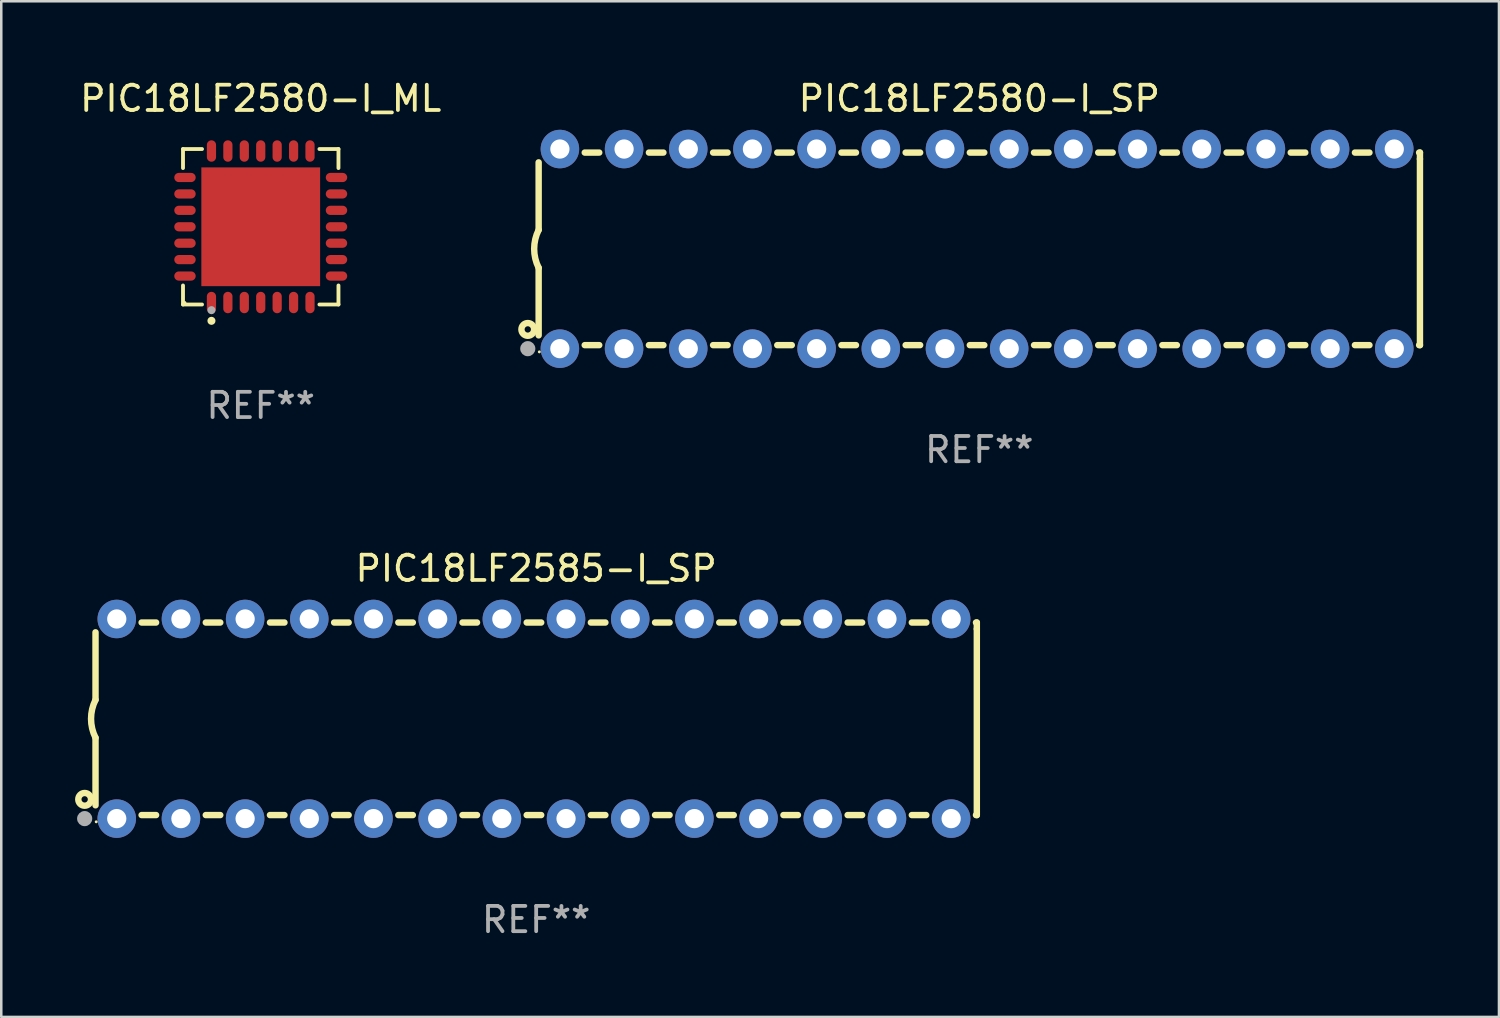
<source format=kicad_pcb>
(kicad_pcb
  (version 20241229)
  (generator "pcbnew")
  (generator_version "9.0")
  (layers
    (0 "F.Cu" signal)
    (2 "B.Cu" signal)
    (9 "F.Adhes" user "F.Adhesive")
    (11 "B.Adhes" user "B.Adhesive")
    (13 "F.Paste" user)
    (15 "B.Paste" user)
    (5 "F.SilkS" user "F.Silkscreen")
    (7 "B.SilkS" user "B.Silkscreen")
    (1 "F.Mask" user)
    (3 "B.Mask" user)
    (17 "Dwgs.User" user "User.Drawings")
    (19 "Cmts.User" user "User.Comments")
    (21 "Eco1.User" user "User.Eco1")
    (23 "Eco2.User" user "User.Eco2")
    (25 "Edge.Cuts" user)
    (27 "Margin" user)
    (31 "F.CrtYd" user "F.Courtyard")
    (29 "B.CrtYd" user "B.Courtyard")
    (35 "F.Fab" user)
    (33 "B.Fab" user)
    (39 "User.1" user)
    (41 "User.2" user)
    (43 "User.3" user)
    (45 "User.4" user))
  (footprint "PIC18LF2580-I_SP"
    (layer "F.Cu")
    (at 35.704 6.798)
    (property "Reference" "PIC18LF2580-I_SP" (at 0 -5.95 0) (layer "F.SilkS") (effects (font (size 1 1) (thickness 0.15))))
    (attr through_hole)
    (fp_line (start -17.438 0.75) (end -17.438 3.423) (stroke (width 0.254) (type solid)) (layer "F.SilkS"))
    (fp_line (start -17.438 -3.423) (end -17.438 -0.75) (stroke (width 0.254) (type solid)) (layer "F.SilkS"))
    (fp_line (start -15.615 3.81) (end -15.041 3.81) (stroke (width 0.254) (type solid)) (layer "F.SilkS"))
    (fp_line (start -15.041 -3.81) (end -15.614 -3.81) (stroke (width 0.254) (type solid)) (layer "F.SilkS"))
    (fp_line (start -13.075 3.81) (end -12.501 3.81) (stroke (width 0.254) (type solid)) (layer "F.SilkS"))
    (fp_line (start -12.501 -3.81) (end -13.074 -3.81) (stroke (width 0.254) (type solid)) (layer "F.SilkS"))
    (fp_line (start -10.535 3.81) (end -9.961 3.81) (stroke (width 0.254) (type solid)) (layer "F.SilkS"))
    (fp_line (start -9.961 -3.81) (end -10.534 -3.81) (stroke (width 0.254) (type solid)) (layer "F.SilkS"))
    (fp_line (start -7.995 3.81) (end -7.421 3.81) (stroke (width 0.254) (type solid)) (layer "F.SilkS"))
    (fp_line (start -7.421 -3.81) (end -7.995 -3.81) (stroke (width 0.254) (type solid)) (layer "F.SilkS"))
    (fp_line (start -5.455 3.81) (end -4.881 3.81) (stroke (width 0.254) (type solid)) (layer "F.SilkS"))
    (fp_line (start -4.881 -3.81) (end -5.455 -3.81) (stroke (width 0.254) (type solid)) (layer "F.SilkS"))
    (fp_line (start -2.915 3.81) (end -2.341 3.81) (stroke (width 0.254) (type solid)) (layer "F.SilkS"))
    (fp_line (start -2.341 -3.81) (end -2.915 -3.81) (stroke (width 0.254) (type solid)) (layer "F.SilkS"))
    (fp_line (start -0.375 3.81) (end 0.199 3.81) (stroke (width 0.254) (type solid)) (layer "F.SilkS"))
    (fp_line (start 0.199 -3.81) (end -0.375 -3.81) (stroke (width 0.254) (type solid)) (layer "F.SilkS"))
    (fp_line (start 2.165 3.81) (end 2.739 3.81) (stroke (width 0.254) (type solid)) (layer "F.SilkS"))
    (fp_line (start 2.739 -3.81) (end 2.165 -3.81) (stroke (width 0.254) (type solid)) (layer "F.SilkS"))
    (fp_line (start 4.705 3.81) (end 5.279 3.81) (stroke (width 0.254) (type solid)) (layer "F.SilkS"))
    (fp_line (start 5.279 -3.81) (end 4.705 -3.81) (stroke (width 0.254) (type solid)) (layer "F.SilkS"))
    (fp_line (start 7.245 3.81) (end 7.819 3.81) (stroke (width 0.254) (type solid)) (layer "F.SilkS"))
    (fp_line (start 7.819 -3.81) (end 7.245 -3.81) (stroke (width 0.254) (type solid)) (layer "F.SilkS"))
    (fp_line (start 9.785 3.81) (end 10.359 3.81) (stroke (width 0.254) (type solid)) (layer "F.SilkS"))
    (fp_line (start 10.359 -3.81) (end 9.785 -3.81) (stroke (width 0.254) (type solid)) (layer "F.SilkS"))
    (fp_line (start 12.325 3.81) (end 12.899 3.81) (stroke (width 0.254) (type solid)) (layer "F.SilkS"))
    (fp_line (start 12.899 -3.81) (end 12.325 -3.81) (stroke (width 0.254) (type solid)) (layer "F.SilkS"))
    (fp_line (start 14.865 3.81) (end 15.439 3.81) (stroke (width 0.254) (type solid)) (layer "F.SilkS"))
    (fp_line (start 15.439 -3.81) (end 14.865 -3.81) (stroke (width 0.254) (type solid)) (layer "F.SilkS"))
    (fp_line (start 17.405 3.81) (end 17.438 3.81) (stroke (width 0.254) (type solid)) (layer "F.SilkS"))
    (fp_line (start 17.438 -3.81) (end 17.405 -3.81) (stroke (width 0.254) (type solid)) (layer "F.SilkS"))
    (fp_line (start 17.438 -3.556) (end 17.438 -3.81) (stroke (width 0.254) (type solid)) (layer "F.SilkS"))
    (fp_line (start 17.438 3.81) (end 17.438 -3.556) (stroke (width 0.254) (type solid)) (layer "F.SilkS"))
    (fp_arc (start -17.437986 0.749657) (mid -17.614887 -0.000024) (end -17.437783 -0.749657) (stroke (width 0.254001) (type solid)) (layer "F.SilkS"))
    (fp_circle (center -17.868 3.188) (end -17.743 3.188) (stroke (width 0.254) (type solid)) (fill no) (layer "F.SilkS"))
    (fp_circle (center -17.411 4.077) (end -17.381 4.077) (stroke (width 0.06) (type solid)) (fill no) (layer "F.SilkS"))
    (fp_circle (center -17.868 3.95) (end -17.718 3.95) (stroke (width 0.3) (type solid)) (fill no) (layer "F.Fab"))
    (fp_text user "REF**" (at 0 7.95 0) (layer "F.Fab") (effects (font (size 1 1) (thickness 0.15))))
    (pad "1" thru_hole circle (at -16.598 3.95) (size 1.524 1.524) (drill 0.762) (layers "*.Cu" "*.Mask"))
    (pad "2" thru_hole circle (at -14.058 3.95) (size 1.524 1.524) (drill 0.762) (layers "*.Cu" "*.Mask"))
    (pad "3" thru_hole circle (at -11.518 3.95) (size 1.524 1.524) (drill 0.762) (layers "*.Cu" "*.Mask"))
    (pad "4" thru_hole circle (at -8.978 3.95) (size 1.524 1.524) (drill 0.762) (layers "*.Cu" "*.Mask"))
    (pad "5" thru_hole circle (at -6.438 3.95) (size 1.524 1.524) (drill 0.762) (layers "*.Cu" "*.Mask"))
    (pad "6" thru_hole circle (at -3.898 3.95) (size 1.524 1.524) (drill 0.762) (layers "*.Cu" "*.Mask"))
    (pad "7" thru_hole circle (at -1.358 3.95) (size 1.524 1.524) (drill 0.762) (layers "*.Cu" "*.Mask"))
    (pad "8" thru_hole circle (at 1.182 3.95) (size 1.524 1.524) (drill 0.762) (layers "*.Cu" "*.Mask"))
    (pad "9" thru_hole circle (at 3.722 3.95) (size 1.524 1.524) (drill 0.762) (layers "*.Cu" "*.Mask"))
    (pad "10" thru_hole circle (at 6.262 3.95) (size 1.524 1.524) (drill 0.762) (layers "*.Cu" "*.Mask"))
    (pad "11" thru_hole circle (at 8.802 3.95) (size 1.524 1.524) (drill 0.762) (layers "*.Cu" "*.Mask"))
    (pad "12" thru_hole circle (at 11.342 3.95) (size 1.524 1.524) (drill 0.762) (layers "*.Cu" "*.Mask"))
    (pad "13" thru_hole circle (at 13.882 3.95) (size 1.524 1.524) (drill 0.762) (layers "*.Cu" "*.Mask"))
    (pad "14" thru_hole circle (at 16.422 3.95) (size 1.524 1.524) (drill 0.762) (layers "*.Cu" "*.Mask"))
    (pad "15" thru_hole circle (at 16.422 -3.95) (size 1.524 1.524) (drill 0.762) (layers "*.Cu" "*.Mask"))
    (pad "16" thru_hole circle (at 13.882 -3.95) (size 1.524 1.524) (drill 0.762) (layers "*.Cu" "*.Mask"))
    (pad "17" thru_hole circle (at 11.342 -3.95) (size 1.524 1.524) (drill 0.762) (layers "*.Cu" "*.Mask"))
    (pad "18" thru_hole circle (at 8.802 -3.95) (size 1.524 1.524) (drill 0.762) (layers "*.Cu" "*.Mask"))
    (pad "19" thru_hole circle (at 6.262 -3.95) (size 1.524 1.524) (drill 0.762) (layers "*.Cu" "*.Mask"))
    (pad "20" thru_hole circle (at 3.722 -3.95) (size 1.524 1.524) (drill 0.762) (layers "*.Cu" "*.Mask"))
    (pad "21" thru_hole circle (at 1.182 -3.95) (size 1.524 1.524) (drill 0.762) (layers "*.Cu" "*.Mask"))
    (pad "22" thru_hole circle (at -1.358 -3.95) (size 1.524 1.524) (drill 0.762) (layers "*.Cu" "*.Mask"))
    (pad "23" thru_hole circle (at -3.898 -3.95) (size 1.524 1.524) (drill 0.762) (layers "*.Cu" "*.Mask"))
    (pad "24" thru_hole circle (at -6.438 -3.95) (size 1.524 1.524) (drill 0.762) (layers "*.Cu" "*.Mask"))
    (pad "25" thru_hole circle (at -8.978 -3.95) (size 1.524 1.524) (drill 0.762) (layers "*.Cu" "*.Mask"))
    (pad "26" thru_hole circle (at -11.517 -3.95) (size 1.524 1.524) (drill 0.762) (layers "*.Cu" "*.Mask"))
    (pad "27" thru_hole circle (at -14.057 -3.95) (size 1.524 1.524) (drill 0.762) (layers "*.Cu" "*.Mask"))
    (pad "28" thru_hole circle (at -16.597 -3.95) (size 1.524 1.524) (drill 0.762) (layers "*.Cu" "*.Mask")))
  (footprint "PIC18LF2585-I_SP"
    (layer "F.Cu")
    (at 18.168 25.395)
    (property "Reference" "PIC18LF2585-I_SP" (at 0 -5.95 0) (layer "F.SilkS") (effects (font (size 1 1) (thickness 0.15))))
    (attr through_hole)
    (fp_line (start -17.438 0.75) (end -17.438 3.423) (stroke (width 0.254) (type solid)) (layer "F.SilkS"))
    (fp_line (start -17.438 -3.423) (end -17.438 -0.75) (stroke (width 0.254) (type solid)) (layer "F.SilkS"))
    (fp_line (start -15.615 3.81) (end -15.041 3.81) (stroke (width 0.254) (type solid)) (layer "F.SilkS"))
    (fp_line (start -15.041 -3.81) (end -15.614 -3.81) (stroke (width 0.254) (type solid)) (layer "F.SilkS"))
    (fp_line (start -13.075 3.81) (end -12.501 3.81) (stroke (width 0.254) (type solid)) (layer "F.SilkS"))
    (fp_line (start -12.501 -3.81) (end -13.074 -3.81) (stroke (width 0.254) (type solid)) (layer "F.SilkS"))
    (fp_line (start -10.535 3.81) (end -9.961 3.81) (stroke (width 0.254) (type solid)) (layer "F.SilkS"))
    (fp_line (start -9.961 -3.81) (end -10.534 -3.81) (stroke (width 0.254) (type solid)) (layer "F.SilkS"))
    (fp_line (start -7.995 3.81) (end -7.421 3.81) (stroke (width 0.254) (type solid)) (layer "F.SilkS"))
    (fp_line (start -7.421 -3.81) (end -7.995 -3.81) (stroke (width 0.254) (type solid)) (layer "F.SilkS"))
    (fp_line (start -5.455 3.81) (end -4.881 3.81) (stroke (width 0.254) (type solid)) (layer "F.SilkS"))
    (fp_line (start -4.881 -3.81) (end -5.455 -3.81) (stroke (width 0.254) (type solid)) (layer "F.SilkS"))
    (fp_line (start -2.915 3.81) (end -2.341 3.81) (stroke (width 0.254) (type solid)) (layer "F.SilkS"))
    (fp_line (start -2.341 -3.81) (end -2.915 -3.81) (stroke (width 0.254) (type solid)) (layer "F.SilkS"))
    (fp_line (start -0.375 3.81) (end 0.199 3.81) (stroke (width 0.254) (type solid)) (layer "F.SilkS"))
    (fp_line (start 0.199 -3.81) (end -0.375 -3.81) (stroke (width 0.254) (type solid)) (layer "F.SilkS"))
    (fp_line (start 2.165 3.81) (end 2.739 3.81) (stroke (width 0.254) (type solid)) (layer "F.SilkS"))
    (fp_line (start 2.739 -3.81) (end 2.165 -3.81) (stroke (width 0.254) (type solid)) (layer "F.SilkS"))
    (fp_line (start 4.705 3.81) (end 5.279 3.81) (stroke (width 0.254) (type solid)) (layer "F.SilkS"))
    (fp_line (start 5.279 -3.81) (end 4.705 -3.81) (stroke (width 0.254) (type solid)) (layer "F.SilkS"))
    (fp_line (start 7.245 3.81) (end 7.819 3.81) (stroke (width 0.254) (type solid)) (layer "F.SilkS"))
    (fp_line (start 7.819 -3.81) (end 7.245 -3.81) (stroke (width 0.254) (type solid)) (layer "F.SilkS"))
    (fp_line (start 9.785 3.81) (end 10.359 3.81) (stroke (width 0.254) (type solid)) (layer "F.SilkS"))
    (fp_line (start 10.359 -3.81) (end 9.785 -3.81) (stroke (width 0.254) (type solid)) (layer "F.SilkS"))
    (fp_line (start 12.325 3.81) (end 12.899 3.81) (stroke (width 0.254) (type solid)) (layer "F.SilkS"))
    (fp_line (start 12.899 -3.81) (end 12.325 -3.81) (stroke (width 0.254) (type solid)) (layer "F.SilkS"))
    (fp_line (start 14.865 3.81) (end 15.439 3.81) (stroke (width 0.254) (type solid)) (layer "F.SilkS"))
    (fp_line (start 15.439 -3.81) (end 14.865 -3.81) (stroke (width 0.254) (type solid)) (layer "F.SilkS"))
    (fp_line (start 17.405 3.81) (end 17.438 3.81) (stroke (width 0.254) (type solid)) (layer "F.SilkS"))
    (fp_line (start 17.438 -3.81) (end 17.405 -3.81) (stroke (width 0.254) (type solid)) (layer "F.SilkS"))
    (fp_line (start 17.438 -3.556) (end 17.438 -3.81) (stroke (width 0.254) (type solid)) (layer "F.SilkS"))
    (fp_line (start 17.438 3.81) (end 17.438 -3.556) (stroke (width 0.254) (type solid)) (layer "F.SilkS"))
    (fp_arc (start -17.437986 0.749657) (mid -17.614887 -0.000024) (end -17.437783 -0.749657) (stroke (width 0.254001) (type solid)) (layer "F.SilkS"))
    (fp_circle (center -17.868 3.188) (end -17.743 3.188) (stroke (width 0.254) (type solid)) (fill no) (layer "F.SilkS"))
    (fp_circle (center -17.411 4.077) (end -17.381 4.077) (stroke (width 0.06) (type solid)) (fill no) (layer "F.SilkS"))
    (fp_circle (center -17.868 3.95) (end -17.718 3.95) (stroke (width 0.3) (type solid)) (fill no) (layer "F.Fab"))
    (fp_text user "REF**" (at 0 7.95 0) (layer "F.Fab") (effects (font (size 1 1) (thickness 0.15))))
    (pad "1" thru_hole circle (at -16.598 3.95) (size 1.524 1.524) (drill 0.762) (layers "*.Cu" "*.Mask"))
    (pad "2" thru_hole circle (at -14.058 3.95) (size 1.524 1.524) (drill 0.762) (layers "*.Cu" "*.Mask"))
    (pad "3" thru_hole circle (at -11.518 3.95) (size 1.524 1.524) (drill 0.762) (layers "*.Cu" "*.Mask"))
    (pad "4" thru_hole circle (at -8.978 3.95) (size 1.524 1.524) (drill 0.762) (layers "*.Cu" "*.Mask"))
    (pad "5" thru_hole circle (at -6.438 3.95) (size 1.524 1.524) (drill 0.762) (layers "*.Cu" "*.Mask"))
    (pad "6" thru_hole circle (at -3.898 3.95) (size 1.524 1.524) (drill 0.762) (layers "*.Cu" "*.Mask"))
    (pad "7" thru_hole circle (at -1.358 3.95) (size 1.524 1.524) (drill 0.762) (layers "*.Cu" "*.Mask"))
    (pad "8" thru_hole circle (at 1.182 3.95) (size 1.524 1.524) (drill 0.762) (layers "*.Cu" "*.Mask"))
    (pad "9" thru_hole circle (at 3.722 3.95) (size 1.524 1.524) (drill 0.762) (layers "*.Cu" "*.Mask"))
    (pad "10" thru_hole circle (at 6.262 3.95) (size 1.524 1.524) (drill 0.762) (layers "*.Cu" "*.Mask"))
    (pad "11" thru_hole circle (at 8.802 3.95) (size 1.524 1.524) (drill 0.762) (layers "*.Cu" "*.Mask"))
    (pad "12" thru_hole circle (at 11.342 3.95) (size 1.524 1.524) (drill 0.762) (layers "*.Cu" "*.Mask"))
    (pad "13" thru_hole circle (at 13.882 3.95) (size 1.524 1.524) (drill 0.762) (layers "*.Cu" "*.Mask"))
    (pad "14" thru_hole circle (at 16.422 3.95) (size 1.524 1.524) (drill 0.762) (layers "*.Cu" "*.Mask"))
    (pad "15" thru_hole circle (at 16.422 -3.95) (size 1.524 1.524) (drill 0.762) (layers "*.Cu" "*.Mask"))
    (pad "16" thru_hole circle (at 13.882 -3.95) (size 1.524 1.524) (drill 0.762) (layers "*.Cu" "*.Mask"))
    (pad "17" thru_hole circle (at 11.342 -3.95) (size 1.524 1.524) (drill 0.762) (layers "*.Cu" "*.Mask"))
    (pad "18" thru_hole circle (at 8.802 -3.95) (size 1.524 1.524) (drill 0.762) (layers "*.Cu" "*.Mask"))
    (pad "19" thru_hole circle (at 6.262 -3.95) (size 1.524 1.524) (drill 0.762) (layers "*.Cu" "*.Mask"))
    (pad "20" thru_hole circle (at 3.722 -3.95) (size 1.524 1.524) (drill 0.762) (layers "*.Cu" "*.Mask"))
    (pad "21" thru_hole circle (at 1.182 -3.95) (size 1.524 1.524) (drill 0.762) (layers "*.Cu" "*.Mask"))
    (pad "22" thru_hole circle (at -1.358 -3.95) (size 1.524 1.524) (drill 0.762) (layers "*.Cu" "*.Mask"))
    (pad "23" thru_hole circle (at -3.898 -3.95) (size 1.524 1.524) (drill 0.762) (layers "*.Cu" "*.Mask"))
    (pad "24" thru_hole circle (at -6.438 -3.95) (size 1.524 1.524) (drill 0.762) (layers "*.Cu" "*.Mask"))
    (pad "25" thru_hole circle (at -8.978 -3.95) (size 1.524 1.524) (drill 0.762) (layers "*.Cu" "*.Mask"))
    (pad "26" thru_hole circle (at -11.517 -3.95) (size 1.524 1.524) (drill 0.762) (layers "*.Cu" "*.Mask"))
    (pad "27" thru_hole circle (at -14.057 -3.95) (size 1.524 1.524) (drill 0.762) (layers "*.Cu" "*.Mask"))
    (pad "28" thru_hole circle (at -16.597 -3.95) (size 1.524 1.524) (drill 0.762) (layers "*.Cu" "*.Mask")))
  (footprint "PIC18LF2580-I_ML"
    (layer "F.Cu")
    (at 7.268 5.924)
    (property "Reference" "PIC18LF2580-I_ML" (at 0 -5.076 0) (layer "F.SilkS") (effects (font (size 1 1) (thickness 0.15))))
    (attr through_hole)
    (fp_line (start -3.076 -3.076) (end -2.323 -3.076) (stroke (width 0.152) (type solid)) (layer "F.SilkS"))
    (fp_line (start -3.076 -2.323) (end -3.076 -3.076) (stroke (width 0.152) (type solid)) (layer "F.SilkS"))
    (fp_line (start -3.076 2.323) (end -3.076 3.076) (stroke (width 0.152) (type solid)) (layer "F.SilkS"))
    (fp_line (start -3.076 3.076) (end -2.323 3.076) (stroke (width 0.152) (type solid)) (layer "F.SilkS"))
    (fp_line (start 3.076 -3.076) (end 2.323 -3.076) (stroke (width 0.152) (type solid)) (layer "F.SilkS"))
    (fp_line (start 3.076 -2.323) (end 3.076 -3.076) (stroke (width 0.152) (type solid)) (layer "F.SilkS"))
    (fp_line (start 3.076 2.323) (end 3.076 3.076) (stroke (width 0.152) (type solid)) (layer "F.SilkS"))
    (fp_line (start 3.076 3.076) (end 2.323 3.076) (stroke (width 0.152) (type solid)) (layer "F.SilkS"))
    (fp_circle (center -3 3) (end -2.97 3) (stroke (width 0.06) (type solid)) (fill no) (layer "F.SilkS"))
    (fp_circle (center -1.95 3.722) (end -1.87 3.722) (stroke (width 0.16) (type solid)) (fill no) (layer "F.SilkS"))
    (fp_circle (center -1.95 3.3) (end -1.87 3.3) (stroke (width 0.16) (type solid)) (fill no) (layer "F.Fab"))
    (fp_text user "REF**" (at 0 7.076 0) (layer "F.Fab") (effects (font (size 1 1) (thickness 0.15))))
    (pad "1" smd oval (at -1.95 2.998) (size 0.364 0.847) (layers "F.Cu" "F.Mask" "F.Paste"))
    (pad "2" smd oval (at -1.3 2.998) (size 0.364 0.847) (layers "F.Cu" "F.Mask" "F.Paste"))
    (pad "3" smd oval (at -0.65 2.998) (size 0.364 0.847) (layers "F.Cu" "F.Mask" "F.Paste"))
    (pad "4" smd oval (at 0 2.998) (size 0.364 0.847) (layers "F.Cu" "F.Mask" "F.Paste"))
    (pad "5" smd oval (at 0.65 2.998) (size 0.364 0.847) (layers "F.Cu" "F.Mask" "F.Paste"))
    (pad "6" smd oval (at 1.3 2.998) (size 0.364 0.847) (layers "F.Cu" "F.Mask" "F.Paste"))
    (pad "7" smd oval (at 1.95 2.998) (size 0.364 0.847) (layers "F.Cu" "F.Mask" "F.Paste"))
    (pad "8" smd oval (at 2.998 1.95) (size 0.847 0.364) (layers "F.Cu" "F.Mask" "F.Paste"))
    (pad "9" smd oval (at 2.998 1.3) (size 0.847 0.364) (layers "F.Cu" "F.Mask" "F.Paste"))
    (pad "10" smd oval (at 2.998 0.65) (size 0.847 0.364) (layers "F.Cu" "F.Mask" "F.Paste"))
    (pad "11" smd oval (at 2.998 0) (size 0.847 0.364) (layers "F.Cu" "F.Mask" "F.Paste"))
    (pad "12" smd oval (at 2.998 -0.65) (size 0.847 0.364) (layers "F.Cu" "F.Mask" "F.Paste"))
    (pad "13" smd oval (at 2.998 -1.3) (size 0.847 0.364) (layers "F.Cu" "F.Mask" "F.Paste"))
    (pad "14" smd oval (at 2.998 -1.95) (size 0.847 0.364) (layers "F.Cu" "F.Mask" "F.Paste"))
    (pad "15" smd oval (at 1.95 -2.998) (size 0.364 0.847) (layers "F.Cu" "F.Mask" "F.Paste"))
    (pad "16" smd oval (at 1.3 -2.998) (size 0.364 0.847) (layers "F.Cu" "F.Mask" "F.Paste"))
    (pad "17" smd oval (at 0.65 -2.998) (size 0.364 0.847) (layers "F.Cu" "F.Mask" "F.Paste"))
    (pad "18" smd oval (at 0 -2.998) (size 0.364 0.847) (layers "F.Cu" "F.Mask" "F.Paste"))
    (pad "19" smd oval (at -0.65 -2.998) (size 0.364 0.847) (layers "F.Cu" "F.Mask" "F.Paste"))
    (pad "20" smd oval (at -1.3 -2.998) (size 0.364 0.847) (layers "F.Cu" "F.Mask" "F.Paste"))
    (pad "21" smd oval (at -1.95 -2.998) (size 0.364 0.847) (layers "F.Cu" "F.Mask" "F.Paste"))
    (pad "22" smd oval (at -2.998 -1.95) (size 0.847 0.364) (layers "F.Cu" "F.Mask" "F.Paste"))
    (pad "23" smd oval (at -2.998 -1.3) (size 0.847 0.364) (layers "F.Cu" "F.Mask" "F.Paste"))
    (pad "24" smd oval (at -2.998 -0.65) (size 0.847 0.364) (layers "F.Cu" "F.Mask" "F.Paste"))
    (pad "25" smd oval (at -2.998 0) (size 0.847 0.364) (layers "F.Cu" "F.Mask" "F.Paste"))
    (pad "26" smd oval (at -2.998 0.65) (size 0.847 0.364) (layers "F.Cu" "F.Mask" "F.Paste"))
    (pad "27" smd oval (at -2.998 1.3) (size 0.847 0.364) (layers "F.Cu" "F.Mask" "F.Paste"))
    (pad "28" smd oval (at -2.998 1.95) (size 0.847 0.364) (layers "F.Cu" "F.Mask" "F.Paste"))
    (pad "29" smd rect (at 0 0) (size 4.7 4.7) (layers "F.Cu" "F.Mask" "F.Paste")))
  (gr_rect
    (start -3 -3)
    (end 56.269 37.193)
    (stroke (width 0.1) (type default))
    (fill no)
    (layer "Edge.Cuts")))
</source>
